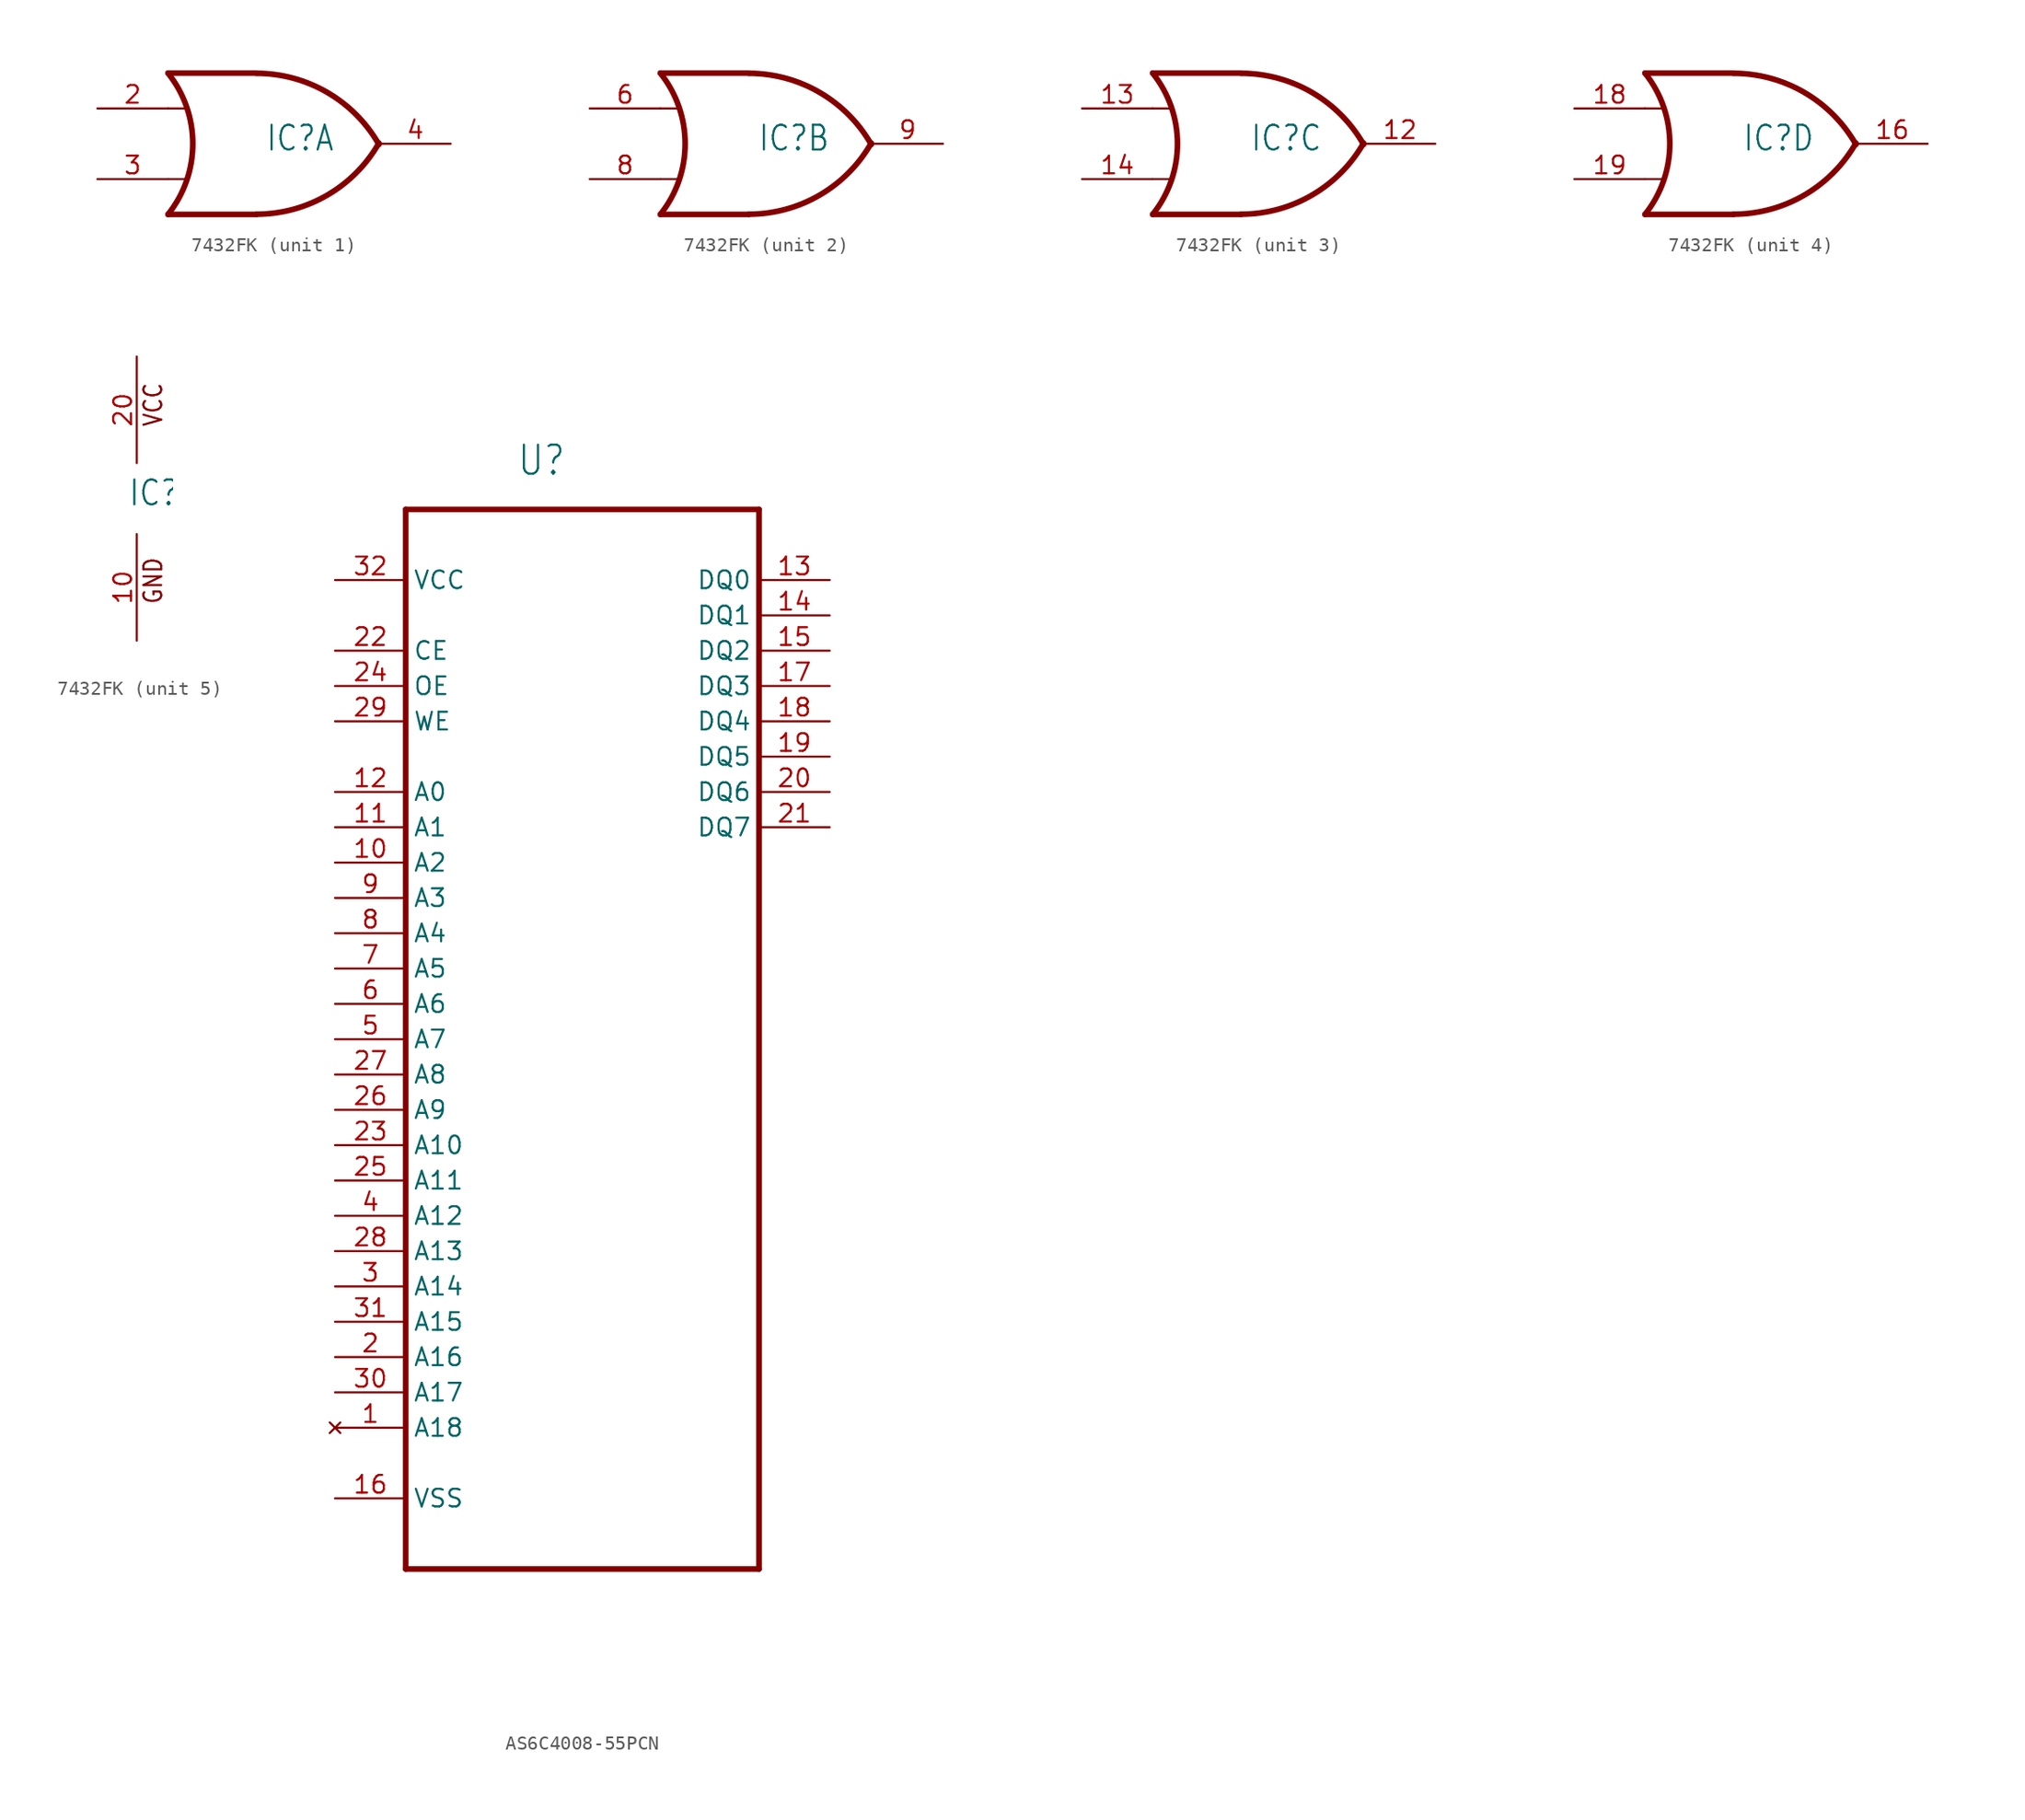
<source format=kicad_sym>
(kicad_symbol_lib
  (version 20231120)
  (generator "kicad_symbol_editor")
  (generator_version "8.0")
  (symbol "7432FK"
    (property "Reference" "IC"
      (at -0.635 -0.635 0)
      (effects (font (size 1.778 1.511)) (justify left bottom)))
    (property "ki_locked" ""
      (at 0 0 0)
      (effects (font (size 1.27 1.27))))
    (symbol "7432FK_1_0"
      (arc (start -7.6199 -5.0799) (mid -5.838 0.0001) (end -7.62 5.08) (stroke (width 0.4064) (type solid)) (fill (type none)))
      (arc (start -1.2446 -5.0678) (mid 3.8371 -3.6891) (end 7.5439 0.0506) (stroke (width 0.4064) (type solid)) (fill (type none)))
      (polyline (pts (xy -7.62 -2.54) (xy -6.35 -2.54)) (stroke (width 0.152) (type solid)) (fill (type none)))
      (polyline (pts (xy -7.62 2.54) (xy -6.35 2.54)) (stroke (width 0.152) (type solid)) (fill (type none)))
      (polyline (pts (xy -1.27 -5.08) (xy -7.62 -5.08)) (stroke (width 0.406) (type solid)) (fill (type none)))
      (polyline (pts (xy -1.27 5.08) (xy -7.62 5.08)) (stroke (width 0.406) (type solid)) (fill (type none)))
      (arc (start 7.5441 -0.0504) (mid 3.8372 3.6892) (end -1.2446 5.0678) (stroke (width 0.4064) (type solid)) (fill (type none)))
      (pin input line (at -12.7 2.54 0) (length 5.08) (name "I0" (effects (font (size 0 0)))) (number "2" (effects (font (size 1.27 1.27)))))
      (pin input line (at -12.7 -2.54 0) (length 5.08) (name "I1" (effects (font (size 0 0)))) (number "3" (effects (font (size 1.27 1.27)))))
      (pin output line (at 12.7 0 180) (length 5.08) (name "O" (effects (font (size 0 0)))) (number "4" (effects (font (size 1.27 1.27))))))
    (symbol "7432FK_2_0"
      (arc (start -7.6199 -5.0799) (mid -5.838 0.0001) (end -7.62 5.08) (stroke (width 0.4064) (type solid)) (fill (type none)))
      (arc (start -1.2446 -5.0678) (mid 3.8371 -3.6891) (end 7.5439 0.0506) (stroke (width 0.4064) (type solid)) (fill (type none)))
      (polyline (pts (xy -7.62 -2.54) (xy -6.35 -2.54)) (stroke (width 0.152) (type solid)) (fill (type none)))
      (polyline (pts (xy -7.62 2.54) (xy -6.35 2.54)) (stroke (width 0.152) (type solid)) (fill (type none)))
      (polyline (pts (xy -1.27 -5.08) (xy -7.62 -5.08)) (stroke (width 0.406) (type solid)) (fill (type none)))
      (polyline (pts (xy -1.27 5.08) (xy -7.62 5.08)) (stroke (width 0.406) (type solid)) (fill (type none)))
      (arc (start 7.5441 -0.0504) (mid 3.8372 3.6892) (end -1.2446 5.0678) (stroke (width 0.4064) (type solid)) (fill (type none)))
      (pin input line (at -12.7 2.54 0) (length 5.08) (name "I0" (effects (font (size 0 0)))) (number "6" (effects (font (size 1.27 1.27)))))
      (pin input line (at -12.7 -2.54 0) (length 5.08) (name "I1" (effects (font (size 0 0)))) (number "8" (effects (font (size 1.27 1.27)))))
      (pin output line (at 12.7 0 180) (length 5.08) (name "O" (effects (font (size 0 0)))) (number "9" (effects (font (size 1.27 1.27))))))
    (symbol "7432FK_3_0"
      (arc (start -7.6199 -5.0799) (mid -5.838 0.0001) (end -7.62 5.08) (stroke (width 0.4064) (type solid)) (fill (type none)))
      (arc (start -1.2446 -5.0678) (mid 3.8371 -3.6891) (end 7.5439 0.0506) (stroke (width 0.4064) (type solid)) (fill (type none)))
      (polyline (pts (xy -7.62 -2.54) (xy -6.35 -2.54)) (stroke (width 0.152) (type solid)) (fill (type none)))
      (polyline (pts (xy -7.62 2.54) (xy -6.35 2.54)) (stroke (width 0.152) (type solid)) (fill (type none)))
      (polyline (pts (xy -1.27 -5.08) (xy -7.62 -5.08)) (stroke (width 0.406) (type solid)) (fill (type none)))
      (polyline (pts (xy -1.27 5.08) (xy -7.62 5.08)) (stroke (width 0.406) (type solid)) (fill (type none)))
      (arc (start 7.5441 -0.0504) (mid 3.8372 3.6892) (end -1.2446 5.0678) (stroke (width 0.4064) (type solid)) (fill (type none)))
      (pin output line (at 12.7 0 180) (length 5.08) (name "O" (effects (font (size 0 0)))) (number "12" (effects (font (size 1.27 1.27)))))
      (pin input line (at -12.7 2.54 0) (length 5.08) (name "I0" (effects (font (size 0 0)))) (number "13" (effects (font (size 1.27 1.27)))))
      (pin input line (at -12.7 -2.54 0) (length 5.08) (name "I1" (effects (font (size 0 0)))) (number "14" (effects (font (size 1.27 1.27))))))
    (symbol "7432FK_4_0"
      (arc (start -7.6199 -5.0799) (mid -5.838 0.0001) (end -7.62 5.08) (stroke (width 0.4064) (type solid)) (fill (type none)))
      (arc (start -1.2446 -5.0678) (mid 3.8371 -3.6891) (end 7.5439 0.0506) (stroke (width 0.4064) (type solid)) (fill (type none)))
      (polyline (pts (xy -7.62 -2.54) (xy -6.35 -2.54)) (stroke (width 0.152) (type solid)) (fill (type none)))
      (polyline (pts (xy -7.62 2.54) (xy -6.35 2.54)) (stroke (width 0.152) (type solid)) (fill (type none)))
      (polyline (pts (xy -1.27 -5.08) (xy -7.62 -5.08)) (stroke (width 0.406) (type solid)) (fill (type none)))
      (polyline (pts (xy -1.27 5.08) (xy -7.62 5.08)) (stroke (width 0.406) (type solid)) (fill (type none)))
      (arc (start 7.5441 -0.0504) (mid 3.8372 3.6892) (end -1.2446 5.0678) (stroke (width 0.4064) (type solid)) (fill (type none)))
      (pin output line (at 12.7 0 180) (length 5.08) (name "O" (effects (font (size 0 0)))) (number "16" (effects (font (size 1.27 1.27)))))
      (pin input line (at -12.7 2.54 0) (length 5.08) (name "I0" (effects (font (size 0 0)))) (number "18" (effects (font (size 1.27 1.27)))))
      (pin input line (at -12.7 -2.54 0) (length 5.08) (name "I1" (effects (font (size 0 0)))) (number "19" (effects (font (size 1.27 1.27))))))
    (symbol "7432FK_5_0"
      (text "GND" (at 1.905 -7.62 900) (effects (font (size 1.27 1.079)) (justify left bottom)))
      (text "VCC" (at 1.905 5.08 900) (effects (font (size 1.27 1.079)) (justify left bottom)))
      (pin power_in line (at 0 -10.16 90) (length 7.62) (name "GND" (effects (font (size 0 0)))) (number "10" (effects (font (size 1.27 1.27)))))
      (pin power_in line (at 0 10.16 270) (length 7.62) (name "VCC" (effects (font (size 0 0)))) (number "20" (effects (font (size 1.27 1.27)))))))
  (symbol "AS6C4008-55PCN"
    (property "Reference" "U"
      (at -4.724 37.871 0)
      (effects (font (size 2.083 1.77)) (justify left bottom)))
    (property "Value" ""
      (at -7.391 -43.688 0)
      (effects (font (size 2.083 1.77)) (justify left bottom)))
    (property "ki_locked" ""
      (at 0 0 0)
      (effects (font (size 1.27 1.27))))
    (symbol "AS6C4008-55PCN_1_0"
      (polyline (pts (xy -12.7 -40.64) (xy 12.7 -40.64)) (stroke (width 0.406) (type solid)) (fill (type none)))
      (polyline (pts (xy -12.7 35.56) (xy -12.7 -40.64)) (stroke (width 0.406) (type solid)) (fill (type none)))
      (polyline (pts (xy 12.7 -40.64) (xy 12.7 35.56)) (stroke (width 0.406) (type solid)) (fill (type none)))
      (polyline (pts (xy 12.7 35.56) (xy -12.7 35.56)) (stroke (width 0.406) (type solid)) (fill (type none)))
      (pin no_connect line (at -17.78 -30.48 0) (length 5.08) (name "A18" (effects (font (size 1.27 1.27)))) (number "1" (effects (font (size 1.27 1.27)))))
      (pin input line (at -17.78 10.16 0) (length 5.08) (name "A2" (effects (font (size 1.27 1.27)))) (number "10" (effects (font (size 1.27 1.27)))))
      (pin input line (at -17.78 12.7 0) (length 5.08) (name "A1" (effects (font (size 1.27 1.27)))) (number "11" (effects (font (size 1.27 1.27)))))
      (pin input line (at -17.78 15.24 0) (length 5.08) (name "A0" (effects (font (size 1.27 1.27)))) (number "12" (effects (font (size 1.27 1.27)))))
      (pin bidirectional line (at 17.78 30.48 180) (length 5.08) (name "DQ0" (effects (font (size 1.27 1.27)))) (number "13" (effects (font (size 1.27 1.27)))))
      (pin bidirectional line (at 17.78 27.94 180) (length 5.08) (name "DQ1" (effects (font (size 1.27 1.27)))) (number "14" (effects (font (size 1.27 1.27)))))
      (pin bidirectional line (at 17.78 25.4 180) (length 5.08) (name "DQ2" (effects (font (size 1.27 1.27)))) (number "15" (effects (font (size 1.27 1.27)))))
      (pin bidirectional line (at -17.78 -35.56 0) (length 5.08) (name "VSS" (effects (font (size 1.27 1.27)))) (number "16" (effects (font (size 1.27 1.27)))))
      (pin bidirectional line (at 17.78 22.86 180) (length 5.08) (name "DQ3" (effects (font (size 1.27 1.27)))) (number "17" (effects (font (size 1.27 1.27)))))
      (pin bidirectional line (at 17.78 20.32 180) (length 5.08) (name "DQ4" (effects (font (size 1.27 1.27)))) (number "18" (effects (font (size 1.27 1.27)))))
      (pin bidirectional line (at 17.78 17.78 180) (length 5.08) (name "DQ5" (effects (font (size 1.27 1.27)))) (number "19" (effects (font (size 1.27 1.27)))))
      (pin input line (at -17.78 -25.4 0) (length 5.08) (name "A16" (effects (font (size 1.27 1.27)))) (number "2" (effects (font (size 1.27 1.27)))))
      (pin bidirectional line (at 17.78 15.24 180) (length 5.08) (name "DQ6" (effects (font (size 1.27 1.27)))) (number "20" (effects (font (size 1.27 1.27)))))
      (pin bidirectional line (at 17.78 12.7 180) (length 5.08) (name "DQ7" (effects (font (size 1.27 1.27)))) (number "21" (effects (font (size 1.27 1.27)))))
      (pin input line (at -17.78 25.4 0) (length 5.08) (name "CE" (effects (font (size 1.27 1.27)))) (number "22" (effects (font (size 1.27 1.27)))))
      (pin input line (at -17.78 -10.16 0) (length 5.08) (name "A10" (effects (font (size 1.27 1.27)))) (number "23" (effects (font (size 1.27 1.27)))))
      (pin input line (at -17.78 22.86 0) (length 5.08) (name "OE" (effects (font (size 1.27 1.27)))) (number "24" (effects (font (size 1.27 1.27)))))
      (pin input line (at -17.78 -12.7 0) (length 5.08) (name "A11" (effects (font (size 1.27 1.27)))) (number "25" (effects (font (size 1.27 1.27)))))
      (pin input line (at -17.78 -7.62 0) (length 5.08) (name "A9" (effects (font (size 1.27 1.27)))) (number "26" (effects (font (size 1.27 1.27)))))
      (pin input line (at -17.78 -5.08 0) (length 5.08) (name "A8" (effects (font (size 1.27 1.27)))) (number "27" (effects (font (size 1.27 1.27)))))
      (pin input line (at -17.78 -17.78 0) (length 5.08) (name "A13" (effects (font (size 1.27 1.27)))) (number "28" (effects (font (size 1.27 1.27)))))
      (pin input line (at -17.78 20.32 0) (length 5.08) (name "WE" (effects (font (size 1.27 1.27)))) (number "29" (effects (font (size 1.27 1.27)))))
      (pin input line (at -17.78 -20.32 0) (length 5.08) (name "A14" (effects (font (size 1.27 1.27)))) (number "3" (effects (font (size 1.27 1.27)))))
      (pin input line (at -17.78 -27.94 0) (length 5.08) (name "A17" (effects (font (size 1.27 1.27)))) (number "30" (effects (font (size 1.27 1.27)))))
      (pin input line (at -17.78 -22.86 0) (length 5.08) (name "A15" (effects (font (size 1.27 1.27)))) (number "31" (effects (font (size 1.27 1.27)))))
      (pin power_in line (at -17.78 30.48 0) (length 5.08) (name "VCC" (effects (font (size 1.27 1.27)))) (number "32" (effects (font (size 1.27 1.27)))))
      (pin input line (at -17.78 -15.24 0) (length 5.08) (name "A12" (effects (font (size 1.27 1.27)))) (number "4" (effects (font (size 1.27 1.27)))))
      (pin input line (at -17.78 -2.54 0) (length 5.08) (name "A7" (effects (font (size 1.27 1.27)))) (number "5" (effects (font (size 1.27 1.27)))))
      (pin input line (at -17.78 0 0) (length 5.08) (name "A6" (effects (font (size 1.27 1.27)))) (number "6" (effects (font (size 1.27 1.27)))))
      (pin input line (at -17.78 2.54 0) (length 5.08) (name "A5" (effects (font (size 1.27 1.27)))) (number "7" (effects (font (size 1.27 1.27)))))
      (pin input line (at -17.78 5.08 0) (length 5.08) (name "A4" (effects (font (size 1.27 1.27)))) (number "8" (effects (font (size 1.27 1.27)))))
      (pin input line (at -17.78 7.62 0) (length 5.08) (name "A3" (effects (font (size 1.27 1.27)))) (number "9" (effects (font (size 1.27 1.27))))))))
</source>
